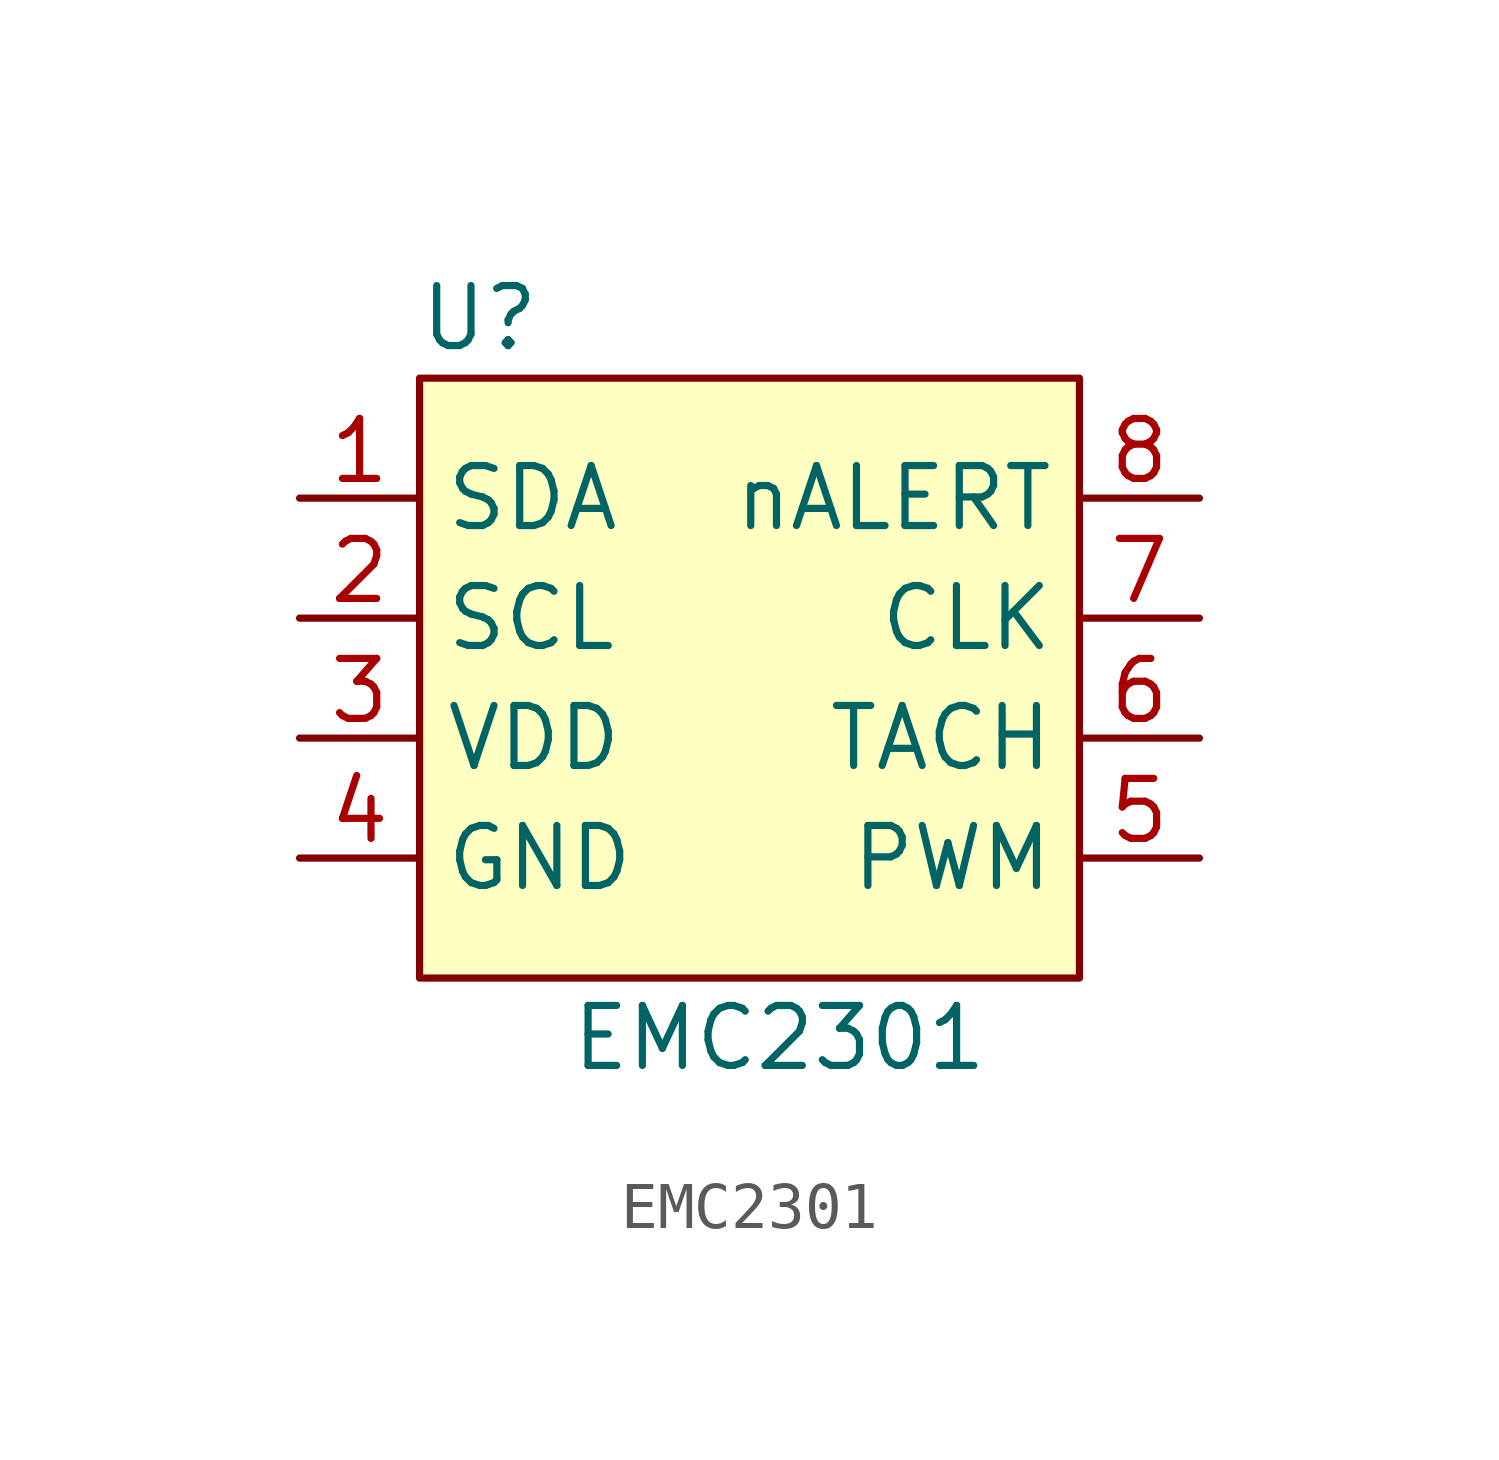
<source format=kicad_sym>
(kicad_symbol_lib
  (version 20211014)
  (generator kicad_symbol_editor)
  (symbol "EMC2301"
    (property "Reference" "U"
      (at -7.62 13.97 0)
      (effects (font (size 1.27 1.27))))
    (property "Value" "EMC2301"
      (at -1.27 -1.27 0)
      (effects (font (size 1.27 1.27))))
    (symbol "EMC2301_0_0"
      (pin open_collector line (at -11.43 10.16 0) (length 2.54) (name "SDA" (effects (font (size 1.27 1.27)))) (number "1" (effects (font (size 1.27 1.27)))))
      (pin open_collector line (at -11.43 7.62 0) (length 2.54) (name "SCL" (effects (font (size 1.27 1.27)))) (number "2" (effects (font (size 1.27 1.27)))))
      (pin power_in line (at -11.43 5.08 0) (length 2.54) (name "VDD" (effects (font (size 1.27 1.27)))) (number "3" (effects (font (size 1.27 1.27)))))
      (pin power_in line (at -11.43 2.54 0) (length 2.54) (name "GND" (effects (font (size 1.27 1.27)))) (number "4" (effects (font (size 1.27 1.27)))))
      (pin output line (at 7.62 2.54 180) (length 2.54) (name "PWM" (effects (font (size 1.27 1.27)))) (number "5" (effects (font (size 1.27 1.27)))))
      (pin input line (at 7.62 5.08 180) (length 2.54) (name "TACH" (effects (font (size 1.27 1.27)))) (number "6" (effects (font (size 1.27 1.27)))))
      (pin input line (at 7.62 7.62 180) (length 2.54) (name "CLK" (effects (font (size 1.27 1.27)))) (number "7" (effects (font (size 1.27 1.27)))))
      (pin open_collector line (at 7.62 10.16 180) (length 2.54) (name "nALERT" (effects (font (size 1.27 1.27)))) (number "8" (effects (font (size 1.27 1.27))))))
    (symbol "EMC2301_0_1"
      (rectangle (start -8.89 12.7) (end 5.08 0) (stroke (width 0) (type default) (color 0 0 0 0)) (fill (type background))))))
</source>
